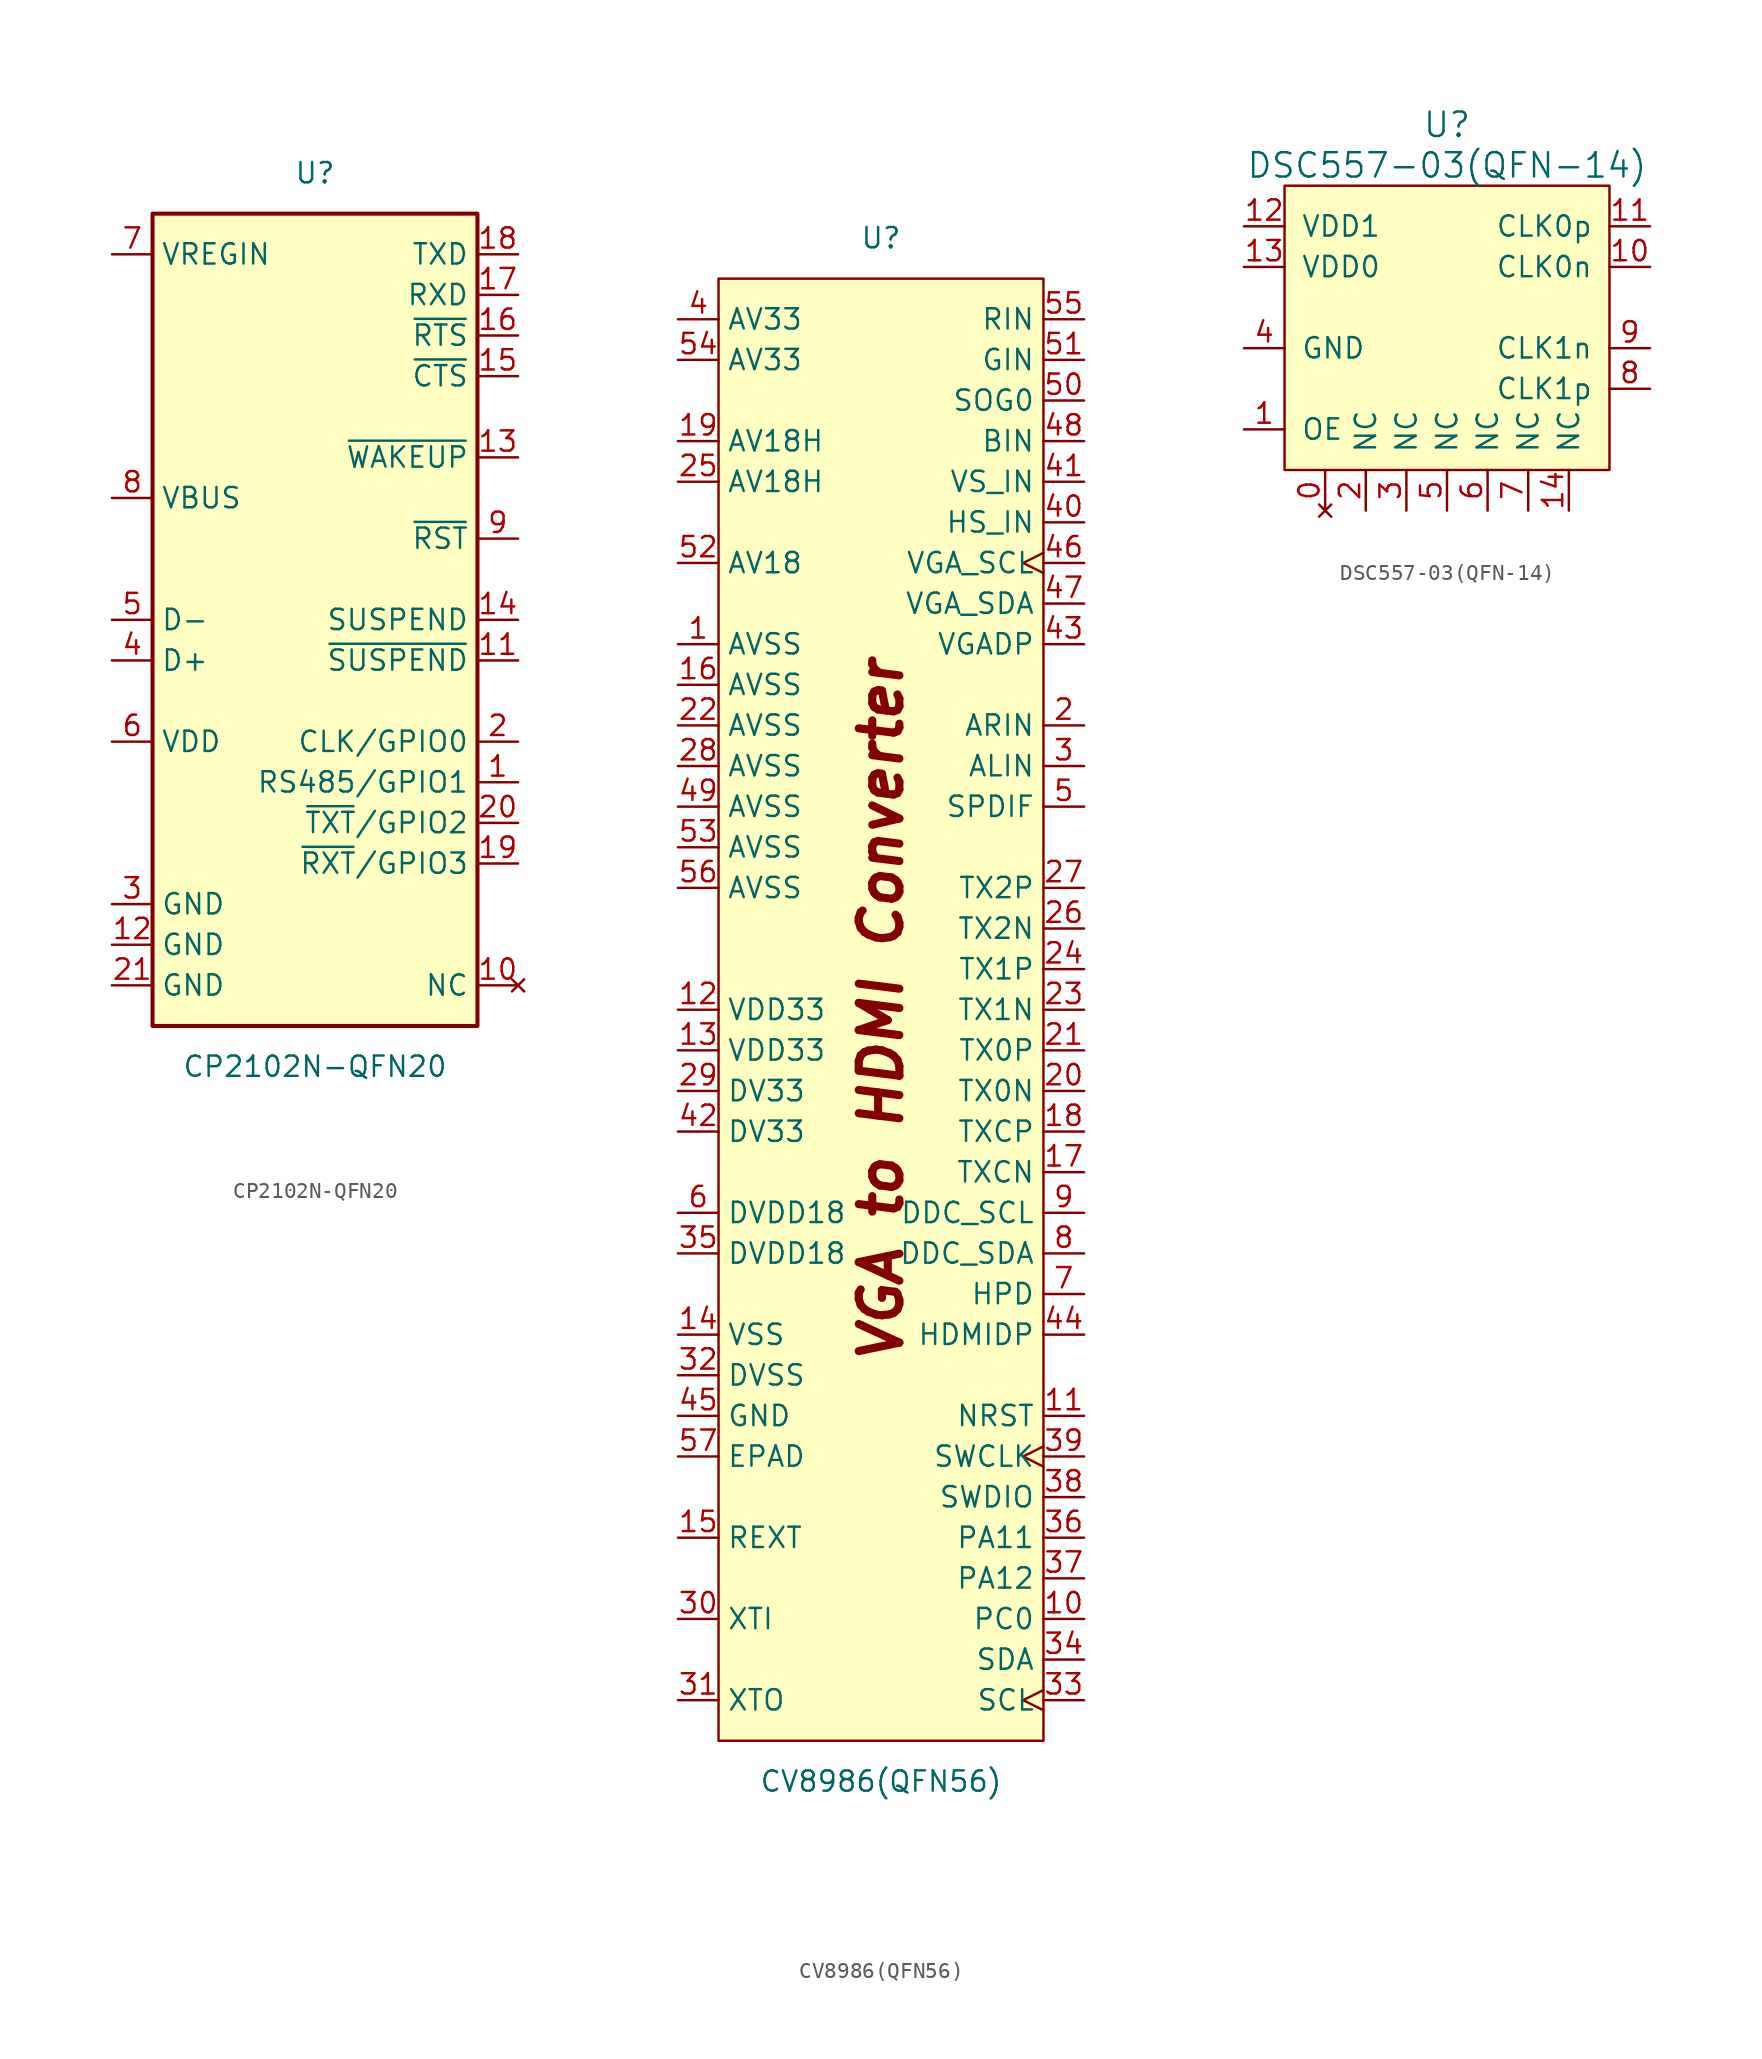
<source format=kicad_sym>
(kicad_symbol_lib
  (version 20220914)
  (generator kicad_symbol_editor)
  (symbol "CP2102N-QFN20"
    (property "Reference" "U"
      (at 0 27.94 0)
      (effects (font (size 1.27 1.27))))
    (property "Value" "CP2102N-QFN20"
      (at 0 -27.94 0)
      (effects (font (size 1.27 1.27))))
    (symbol "CP2102N-QFN20_0_1"
      (rectangle (start -10.16 25.4) (end 10.16 -25.4) (stroke (width 0.254) (type default)) (fill (type background))))
    (symbol "CP2102N-QFN20_1_1"
      (pin bidirectional line (at 12.7 -10.16 180) (length 2.54) (name "RS485/GPIO1" (effects (font (size 1.27 1.27)))) (number "1" (effects (font (size 1.27 1.27)))))
      (pin no_connect line (at 12.7 -22.86 180) (length 2.54) (name "NC" (effects (font (size 1.27 1.27)))) (number "10" (effects (font (size 1.27 1.27)))))
      (pin output line (at 12.7 -2.54 180) (length 2.54) (name "~{SUSPEND}" (effects (font (size 1.27 1.27)))) (number "11" (effects (font (size 1.27 1.27)))))
      (pin power_in line (at -12.7 -20.32 0) (length 2.54) (name "GND" (effects (font (size 1.27 1.27)))) (number "12" (effects (font (size 1.27 1.27)))))
      (pin input line (at 12.7 10.16 180) (length 2.54) (name "~{WAKEUP}" (effects (font (size 1.27 1.27)))) (number "13" (effects (font (size 1.27 1.27)))))
      (pin output line (at 12.7 0 180) (length 2.54) (name "SUSPEND" (effects (font (size 1.27 1.27)))) (number "14" (effects (font (size 1.27 1.27)))))
      (pin input line (at 12.7 15.24 180) (length 2.54) (name "~{CTS}" (effects (font (size 1.27 1.27)))) (number "15" (effects (font (size 1.27 1.27)))))
      (pin output line (at 12.7 17.78 180) (length 2.54) (name "~{RTS}" (effects (font (size 1.27 1.27)))) (number "16" (effects (font (size 1.27 1.27)))))
      (pin input line (at 12.7 20.32 180) (length 2.54) (name "RXD" (effects (font (size 1.27 1.27)))) (number "17" (effects (font (size 1.27 1.27)))))
      (pin output line (at 12.7 22.86 180) (length 2.54) (name "TXD" (effects (font (size 1.27 1.27)))) (number "18" (effects (font (size 1.27 1.27)))))
      (pin bidirectional line (at 12.7 -15.24 180) (length 2.54) (name "~{RXT}/GPIO3" (effects (font (size 1.27 1.27)))) (number "19" (effects (font (size 1.27 1.27)))))
      (pin bidirectional line (at 12.7 -7.62 180) (length 2.54) (name "CLK/GPIO0" (effects (font (size 1.27 1.27)))) (number "2" (effects (font (size 1.27 1.27)))))
      (pin bidirectional line (at 12.7 -12.7 180) (length 2.54) (name "~{TXT}/GPIO2" (effects (font (size 1.27 1.27)))) (number "20" (effects (font (size 1.27 1.27)))))
      (pin power_in line (at -12.7 -22.86 0) (length 2.54) (name "GND" (effects (font (size 1.27 1.27)))) (number "21" (effects (font (size 1.27 1.27)))))
      (pin power_in line (at -12.7 -17.78 0) (length 2.54) (name "GND" (effects (font (size 1.27 1.27)))) (number "3" (effects (font (size 1.27 1.27)))))
      (pin bidirectional line (at -12.7 -2.54 0) (length 2.54) (name "D+" (effects (font (size 1.27 1.27)))) (number "4" (effects (font (size 1.27 1.27)))))
      (pin bidirectional line (at -12.7 0 0) (length 2.54) (name "D-" (effects (font (size 1.27 1.27)))) (number "5" (effects (font (size 1.27 1.27)))))
      (pin power_in line (at -12.7 -7.62 0) (length 2.54) (name "VDD" (effects (font (size 1.27 1.27)))) (number "6" (effects (font (size 1.27 1.27)))))
      (pin power_in line (at -12.7 22.86 0) (length 2.54) (name "VREGIN" (effects (font (size 1.27 1.27)))) (number "7" (effects (font (size 1.27 1.27)))))
      (pin input line (at -12.7 7.62 0) (length 2.54) (name "VBUS" (effects (font (size 1.27 1.27)))) (number "8" (effects (font (size 1.27 1.27)))))
      (pin input line (at 12.7 5.08 180) (length 2.54) (name "~{RST}" (effects (font (size 1.27 1.27)))) (number "9" (effects (font (size 1.27 1.27)))))))
  (symbol "CV8986(QFN56)"
    (property "Reference" "U"
      (at 0 48.26 0)
      (effects (font (size 1.27 1.27))))
    (property "Value" "CV8986(QFN56)"
      (at 0 -48.26 0)
      (effects (font (size 1.27 1.27))))
    (symbol "CV8986(QFN56)_1_1"
      (rectangle (start -10.16 45.72) (end 10.16 -45.72) (stroke (width 0) (type default)) (fill (type background)))
      (text "VGA to HDMI Converter" (at 0 0 900) (effects (font (size 2.54 2.54) bold italic)))
      (pin power_in line (at -12.7 22.86 0) (length 2.54) (name "AVSS" (effects (font (size 1.27 1.27)))) (number "1" (effects (font (size 1.27 1.27)))))
      (pin bidirectional line (at 12.7 -38.1 180) (length 2.54) (name "PC0" (effects (font (size 1.27 1.27)))) (number "10" (effects (font (size 1.27 1.27)))))
      (pin input line (at 12.7 -25.4 180) (length 2.54) (name "NRST" (effects (font (size 1.27 1.27)))) (number "11" (effects (font (size 1.27 1.27)))))
      (pin power_in line (at -12.7 0 0) (length 2.54) (name "VDD33" (effects (font (size 1.27 1.27)))) (number "12" (effects (font (size 1.27 1.27)))))
      (pin power_in line (at -12.7 -2.54 0) (length 2.54) (name "VDD33" (effects (font (size 1.27 1.27)))) (number "13" (effects (font (size 1.27 1.27)))))
      (pin power_in line (at -12.7 -20.32 0) (length 2.54) (name "VSS" (effects (font (size 1.27 1.27)))) (number "14" (effects (font (size 1.27 1.27)))))
      (pin passive line (at -12.7 -33.02 0) (length 2.54) (name "REXT" (effects (font (size 1.27 1.27)))) (number "15" (effects (font (size 1.27 1.27)))))
      (pin power_in line (at -12.7 20.32 0) (length 2.54) (name "AVSS" (effects (font (size 1.27 1.27)))) (number "16" (effects (font (size 1.27 1.27)))))
      (pin bidirectional line (at 12.7 -10.16 180) (length 2.54) (name "TXCN" (effects (font (size 1.27 1.27)))) (number "17" (effects (font (size 1.27 1.27)))))
      (pin bidirectional line (at 12.7 -7.62 180) (length 2.54) (name "TXCP" (effects (font (size 1.27 1.27)))) (number "18" (effects (font (size 1.27 1.27)))))
      (pin power_in line (at -12.7 35.56 0) (length 2.54) (name "AV18H" (effects (font (size 1.27 1.27)))) (number "19" (effects (font (size 1.27 1.27)))))
      (pin input line (at 12.7 17.78 180) (length 2.54) (name "ARIN" (effects (font (size 1.27 1.27)))) (number "2" (effects (font (size 1.27 1.27)))))
      (pin bidirectional line (at 12.7 -5.08 180) (length 2.54) (name "TX0N" (effects (font (size 1.27 1.27)))) (number "20" (effects (font (size 1.27 1.27)))))
      (pin bidirectional line (at 12.7 -2.54 180) (length 2.54) (name "TX0P" (effects (font (size 1.27 1.27)))) (number "21" (effects (font (size 1.27 1.27)))))
      (pin power_in line (at -12.7 17.78 0) (length 2.54) (name "AVSS" (effects (font (size 1.27 1.27)))) (number "22" (effects (font (size 1.27 1.27)))))
      (pin bidirectional line (at 12.7 0 180) (length 2.54) (name "TX1N" (effects (font (size 1.27 1.27)))) (number "23" (effects (font (size 1.27 1.27)))))
      (pin bidirectional line (at 12.7 2.54 180) (length 2.54) (name "TX1P" (effects (font (size 1.27 1.27)))) (number "24" (effects (font (size 1.27 1.27)))))
      (pin power_in line (at -12.7 33.02 0) (length 2.54) (name "AV18H" (effects (font (size 1.27 1.27)))) (number "25" (effects (font (size 1.27 1.27)))))
      (pin bidirectional line (at 12.7 5.08 180) (length 2.54) (name "TX2N" (effects (font (size 1.27 1.27)))) (number "26" (effects (font (size 1.27 1.27)))))
      (pin bidirectional line (at 12.7 7.62 180) (length 2.54) (name "TX2P" (effects (font (size 1.27 1.27)))) (number "27" (effects (font (size 1.27 1.27)))))
      (pin power_in line (at -12.7 15.24 0) (length 2.54) (name "AVSS" (effects (font (size 1.27 1.27)))) (number "28" (effects (font (size 1.27 1.27)))))
      (pin power_in line (at -12.7 -5.08 0) (length 2.54) (name "DV33" (effects (font (size 1.27 1.27)))) (number "29" (effects (font (size 1.27 1.27)))))
      (pin input line (at 12.7 15.24 180) (length 2.54) (name "ALIN" (effects (font (size 1.27 1.27)))) (number "3" (effects (font (size 1.27 1.27)))))
      (pin input line (at -12.7 -38.1 0) (length 2.54) (name "XTI" (effects (font (size 1.27 1.27)))) (number "30" (effects (font (size 1.27 1.27)))))
      (pin output line (at -12.7 -43.18 0) (length 2.54) (name "XTO" (effects (font (size 1.27 1.27)))) (number "31" (effects (font (size 1.27 1.27)))))
      (pin power_in line (at -12.7 -22.86 0) (length 2.54) (name "DVSS" (effects (font (size 1.27 1.27)))) (number "32" (effects (font (size 1.27 1.27)))))
      (pin input clock (at 12.7 -43.18 180) (length 2.54) (name "SCL" (effects (font (size 1.27 1.27)))) (number "33" (effects (font (size 1.27 1.27)))))
      (pin bidirectional line (at 12.7 -40.64 180) (length 2.54) (name "SDA" (effects (font (size 1.27 1.27)))) (number "34" (effects (font (size 1.27 1.27)))))
      (pin power_in line (at -12.7 -15.24 0) (length 2.54) (name "DVDD18" (effects (font (size 1.27 1.27)))) (number "35" (effects (font (size 1.27 1.27)))))
      (pin bidirectional line (at 12.7 -33.02 180) (length 2.54) (name "PA11" (effects (font (size 1.27 1.27)))) (number "36" (effects (font (size 1.27 1.27)))))
      (pin bidirectional line (at 12.7 -35.56 180) (length 2.54) (name "PA12" (effects (font (size 1.27 1.27)))) (number "37" (effects (font (size 1.27 1.27)))))
      (pin bidirectional line (at 12.7 -30.48 180) (length 2.54) (name "SWDIO" (effects (font (size 1.27 1.27)))) (number "38" (effects (font (size 1.27 1.27)))))
      (pin bidirectional clock (at 12.7 -27.94 180) (length 2.54) (name "SWCLK" (effects (font (size 1.27 1.27)))) (number "39" (effects (font (size 1.27 1.27)))))
      (pin power_in line (at -12.7 43.18 0) (length 2.54) (name "AV33" (effects (font (size 1.27 1.27)))) (number "4" (effects (font (size 1.27 1.27)))))
      (pin input line (at 12.7 30.48 180) (length 2.54) (name "HS_IN" (effects (font (size 1.27 1.27)))) (number "40" (effects (font (size 1.27 1.27)))))
      (pin input line (at 12.7 33.02 180) (length 2.54) (name "VS_IN" (effects (font (size 1.27 1.27)))) (number "41" (effects (font (size 1.27 1.27)))))
      (pin power_in line (at -12.7 -7.62 0) (length 2.54) (name "DV33" (effects (font (size 1.27 1.27)))) (number "42" (effects (font (size 1.27 1.27)))))
      (pin output line (at 12.7 22.86 180) (length 2.54) (name "VGADP" (effects (font (size 1.27 1.27)))) (number "43" (effects (font (size 1.27 1.27)))))
      (pin output line (at 12.7 -20.32 180) (length 2.54) (name "HDMIDP" (effects (font (size 1.27 1.27)))) (number "44" (effects (font (size 1.27 1.27)))))
      (pin power_in line (at -12.7 -25.4 0) (length 2.54) (name "GND" (effects (font (size 1.27 1.27)))) (number "45" (effects (font (size 1.27 1.27)))))
      (pin input clock (at 12.7 27.94 180) (length 2.54) (name "VGA_SCL" (effects (font (size 1.27 1.27)))) (number "46" (effects (font (size 1.27 1.27)))))
      (pin bidirectional line (at 12.7 25.4 180) (length 2.54) (name "VGA_SDA" (effects (font (size 1.27 1.27)))) (number "47" (effects (font (size 1.27 1.27)))))
      (pin input line (at 12.7 35.56 180) (length 2.54) (name "BIN" (effects (font (size 1.27 1.27)))) (number "48" (effects (font (size 1.27 1.27)))))
      (pin power_in line (at -12.7 12.7 0) (length 2.54) (name "AVSS" (effects (font (size 1.27 1.27)))) (number "49" (effects (font (size 1.27 1.27)))))
      (pin bidirectional line (at 12.7 12.7 180) (length 2.54) (name "SPDIF" (effects (font (size 1.27 1.27)))) (number "5" (effects (font (size 1.27 1.27)))))
      (pin input line (at 12.7 38.1 180) (length 2.54) (name "SOG0" (effects (font (size 1.27 1.27)))) (number "50" (effects (font (size 1.27 1.27)))))
      (pin input line (at 12.7 40.64 180) (length 2.54) (name "GIN" (effects (font (size 1.27 1.27)))) (number "51" (effects (font (size 1.27 1.27)))))
      (pin power_in line (at -12.7 27.94 0) (length 2.54) (name "AV18" (effects (font (size 1.27 1.27)))) (number "52" (effects (font (size 1.27 1.27)))))
      (pin power_in line (at -12.7 10.16 0) (length 2.54) (name "AVSS" (effects (font (size 1.27 1.27)))) (number "53" (effects (font (size 1.27 1.27)))))
      (pin power_in line (at -12.7 40.64 0) (length 2.54) (name "AV33" (effects (font (size 1.27 1.27)))) (number "54" (effects (font (size 1.27 1.27)))))
      (pin input line (at 12.7 43.18 180) (length 2.54) (name "RIN" (effects (font (size 1.27 1.27)))) (number "55" (effects (font (size 1.27 1.27)))))
      (pin power_in line (at -12.7 7.62 0) (length 2.54) (name "AVSS" (effects (font (size 1.27 1.27)))) (number "56" (effects (font (size 1.27 1.27)))))
      (pin input line (at -12.7 -27.94 0) (length 2.54) (name "EPAD" (effects (font (size 1.27 1.27)))) (number "57" (effects (font (size 1.27 1.27)))))
      (pin power_in line (at -12.7 -12.7 0) (length 2.54) (name "DVDD18" (effects (font (size 1.27 1.27)))) (number "6" (effects (font (size 1.27 1.27)))))
      (pin input line (at 12.7 -17.78 180) (length 2.54) (name "HPD" (effects (font (size 1.27 1.27)))) (number "7" (effects (font (size 1.27 1.27)))))
      (pin bidirectional line (at 12.7 -15.24 180) (length 2.54) (name "DDC_SDA" (effects (font (size 1.27 1.27)))) (number "8" (effects (font (size 1.27 1.27)))))
      (pin output line (at 12.7 -12.7 180) (length 2.54) (name "DDC_SCL" (effects (font (size 1.27 1.27)))) (number "9" (effects (font (size 1.27 1.27)))))))
  (symbol "DSC557-03(QFN-14)"
    (pin_names
      (offset 1.016))
    (property "Reference" "U"
      (at 0 11.43 0)
      (effects (font (size 1.524 1.524))))
    (property "Value" "DSC557-03(QFN-14)"
      (at 0 8.89 0)
      (effects (font (size 1.524 1.524))))
    (symbol "DSC557-03(QFN-14)_0_1"
      (rectangle (start -10.16 7.62) (end 10.16 -10.16) (stroke (width 0) (type solid)) (fill (type background))))
    (symbol "DSC557-03(QFN-14)_1_1"
      (pin no_connect line (at -7.62 -12.7 90) (length 2.54) (name "~" (effects (font (size 1.27 1.27)))) (number "0" (effects (font (size 1.27 1.27)))))
      (pin input line (at -12.7 -7.62 0) (length 2.54) (name "OE" (effects (font (size 1.27 1.27)))) (number "1" (effects (font (size 1.27 1.27)))))
      (pin output line (at 12.7 2.54 180) (length 2.54) (name "CLK0n" (effects (font (size 1.27 1.27)))) (number "10" (effects (font (size 1.27 1.27)))))
      (pin output line (at 12.7 5.08 180) (length 2.54) (name "CLK0p" (effects (font (size 1.27 1.27)))) (number "11" (effects (font (size 1.27 1.27)))))
      (pin power_in line (at -12.7 5.08 0) (length 2.54) (name "VDD1" (effects (font (size 1.27 1.27)))) (number "12" (effects (font (size 1.27 1.27)))))
      (pin power_in line (at -12.7 2.54 0) (length 2.54) (name "VDD0" (effects (font (size 1.27 1.27)))) (number "13" (effects (font (size 1.27 1.27)))))
      (pin input line (at 7.62 -12.7 90) (length 2.54) (name "NC" (effects (font (size 1.27 1.27)))) (number "14" (effects (font (size 1.27 1.27)))))
      (pin input line (at -5.08 -12.7 90) (length 2.54) (name "NC" (effects (font (size 1.27 1.27)))) (number "2" (effects (font (size 1.27 1.27)))))
      (pin input line (at -2.54 -12.7 90) (length 2.54) (name "NC" (effects (font (size 1.27 1.27)))) (number "3" (effects (font (size 1.27 1.27)))))
      (pin input line (at -12.7 -2.54 0) (length 2.54) (name "GND" (effects (font (size 1.27 1.27)))) (number "4" (effects (font (size 1.27 1.27)))))
      (pin input line (at 0 -12.7 90) (length 2.54) (name "NC" (effects (font (size 1.27 1.27)))) (number "5" (effects (font (size 1.27 1.27)))))
      (pin input line (at 2.54 -12.7 90) (length 2.54) (name "NC" (effects (font (size 1.27 1.27)))) (number "6" (effects (font (size 1.27 1.27)))))
      (pin input line (at 5.08 -12.7 90) (length 2.54) (name "NC" (effects (font (size 1.27 1.27)))) (number "7" (effects (font (size 1.27 1.27)))))
      (pin output line (at 12.7 -5.08 180) (length 2.54) (name "CLK1p" (effects (font (size 1.27 1.27)))) (number "8" (effects (font (size 1.27 1.27)))))
      (pin output line (at 12.7 -2.54 180) (length 2.54) (name "CLK1n" (effects (font (size 1.27 1.27)))) (number "9" (effects (font (size 1.27 1.27))))))))
</source>
